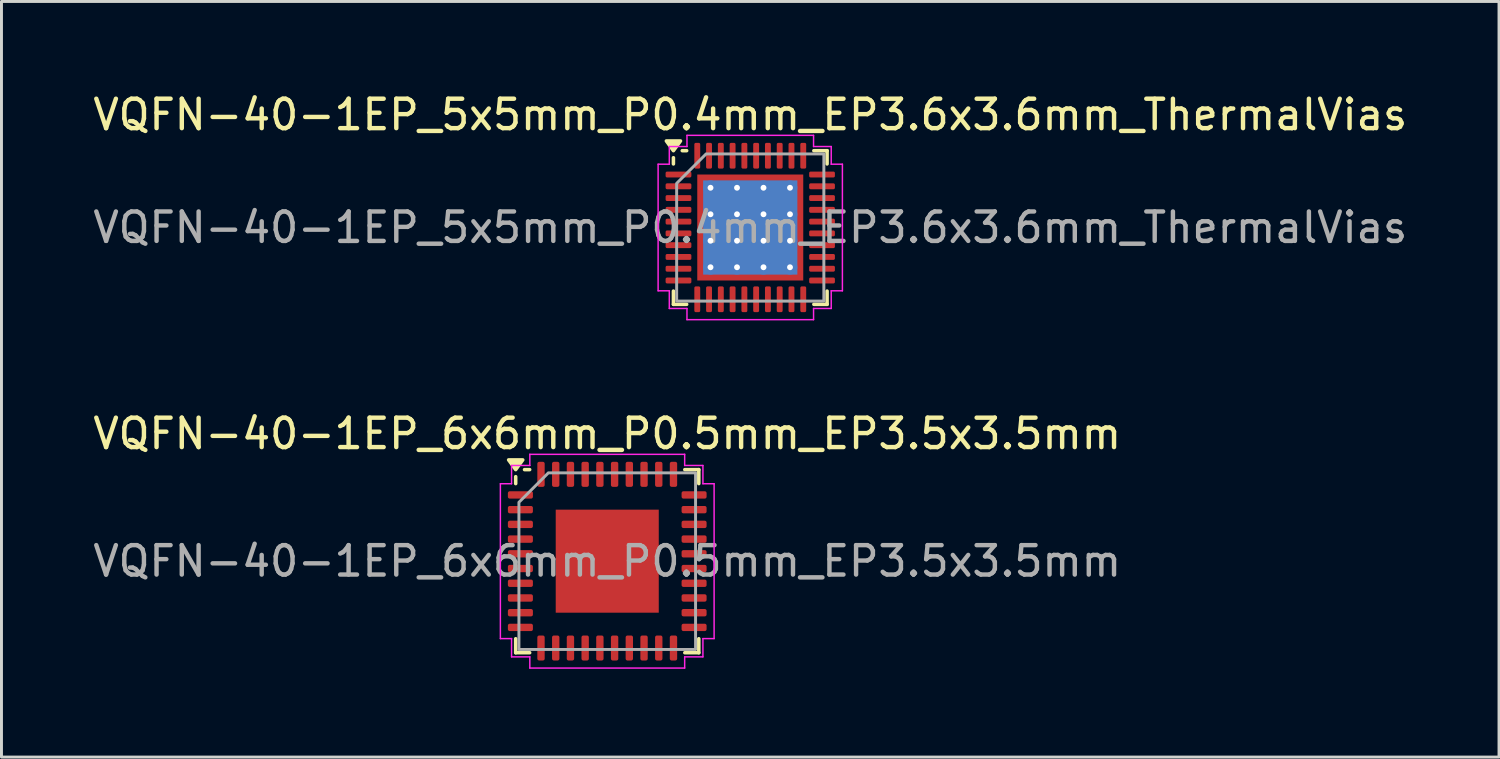
<source format=kicad_pcb>
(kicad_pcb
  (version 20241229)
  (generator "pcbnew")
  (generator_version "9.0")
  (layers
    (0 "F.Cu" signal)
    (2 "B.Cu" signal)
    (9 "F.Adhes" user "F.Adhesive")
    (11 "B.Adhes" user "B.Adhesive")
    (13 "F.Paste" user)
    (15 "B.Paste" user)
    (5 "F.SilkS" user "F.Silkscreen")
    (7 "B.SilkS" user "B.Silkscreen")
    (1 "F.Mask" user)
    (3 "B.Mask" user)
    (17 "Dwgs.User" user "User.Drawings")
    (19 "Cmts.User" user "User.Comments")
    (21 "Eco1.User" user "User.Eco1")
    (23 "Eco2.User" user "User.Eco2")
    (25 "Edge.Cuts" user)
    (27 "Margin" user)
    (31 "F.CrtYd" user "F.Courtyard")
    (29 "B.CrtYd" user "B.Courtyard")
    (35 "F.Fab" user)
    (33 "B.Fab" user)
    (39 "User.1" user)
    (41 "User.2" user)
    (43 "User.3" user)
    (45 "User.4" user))
  (footprint "VQFN-40-1EP_6x6mm_P0.5mm_EP3.5x3.5mm"
    (layer "F.Cu")
    (at 17.577 16.012)
    (property "Reference" "VQFN-40-1EP_6x6mm_P0.5mm_EP3.5x3.5mm" (at 0 -4.33 0) (layer "F.SilkS") (effects (font (size 1 1) (thickness 0.15))))
    (attr smd)
    (fp_line (start -3.11 -2.635) (end -3.11 -2.87) (stroke (width 0.12) (type solid)) (layer "F.SilkS"))
    (fp_line (start -3.11 3.11) (end -3.11 2.635) (stroke (width 0.12) (type solid)) (layer "F.SilkS"))
    (fp_line (start -2.635 -3.11) (end -2.81 -3.11) (stroke (width 0.12) (type solid)) (layer "F.SilkS"))
    (fp_line (start -2.635 3.11) (end -3.11 3.11) (stroke (width 0.12) (type solid)) (layer "F.SilkS"))
    (fp_line (start 2.635 -3.11) (end 3.11 -3.11) (stroke (width 0.12) (type solid)) (layer "F.SilkS"))
    (fp_line (start 2.635 3.11) (end 3.11 3.11) (stroke (width 0.12) (type solid)) (layer "F.SilkS"))
    (fp_line (start 3.11 -3.11) (end 3.11 -2.635) (stroke (width 0.12) (type solid)) (layer "F.SilkS"))
    (fp_line (start 3.11 3.11) (end 3.11 2.635) (stroke (width 0.12) (type solid)) (layer "F.SilkS"))
    (fp_poly (pts (xy -3.11 -3.11) (xy -3.35 -3.44) (xy -2.87 -3.44)) (stroke (width 0.12) (type solid)) (fill yes) (layer "F.SilkS"))
    (fp_line (start -3.63 -2.63) (end -3.25 -2.63) (stroke (width 0.05) (type solid)) (layer "F.CrtYd"))
    (fp_line (start -3.63 2.63) (end -3.63 -2.63) (stroke (width 0.05) (type solid)) (layer "F.CrtYd"))
    (fp_line (start -3.25 -3.25) (end -2.63 -3.25) (stroke (width 0.05) (type solid)) (layer "F.CrtYd"))
    (fp_line (start -3.25 -2.63) (end -3.25 -3.25) (stroke (width 0.05) (type solid)) (layer "F.CrtYd"))
    (fp_line (start -3.25 2.63) (end -3.63 2.63) (stroke (width 0.05) (type solid)) (layer "F.CrtYd"))
    (fp_line (start -3.25 3.25) (end -3.25 2.63) (stroke (width 0.05) (type solid)) (layer "F.CrtYd"))
    (fp_line (start -2.63 -3.63) (end 2.63 -3.63) (stroke (width 0.05) (type solid)) (layer "F.CrtYd"))
    (fp_line (start -2.63 -3.25) (end -2.63 -3.63) (stroke (width 0.05) (type solid)) (layer "F.CrtYd"))
    (fp_line (start -2.63 3.25) (end -3.25 3.25) (stroke (width 0.05) (type solid)) (layer "F.CrtYd"))
    (fp_line (start -2.63 3.63) (end -2.63 3.25) (stroke (width 0.05) (type solid)) (layer "F.CrtYd"))
    (fp_line (start 2.63 -3.63) (end 2.63 -3.25) (stroke (width 0.05) (type solid)) (layer "F.CrtYd"))
    (fp_line (start 2.63 -3.25) (end 3.25 -3.25) (stroke (width 0.05) (type solid)) (layer "F.CrtYd"))
    (fp_line (start 2.63 3.25) (end 2.63 3.63) (stroke (width 0.05) (type solid)) (layer "F.CrtYd"))
    (fp_line (start 2.63 3.63) (end -2.63 3.63) (stroke (width 0.05) (type solid)) (layer "F.CrtYd"))
    (fp_line (start 3.25 -3.25) (end 3.25 -2.63) (stroke (width 0.05) (type solid)) (layer "F.CrtYd"))
    (fp_line (start 3.25 -2.63) (end 3.63 -2.63) (stroke (width 0.05) (type solid)) (layer "F.CrtYd"))
    (fp_line (start 3.25 2.63) (end 3.25 3.25) (stroke (width 0.05) (type solid)) (layer "F.CrtYd"))
    (fp_line (start 3.25 3.25) (end 2.63 3.25) (stroke (width 0.05) (type solid)) (layer "F.CrtYd"))
    (fp_line (start 3.63 -2.63) (end 3.63 2.63) (stroke (width 0.05) (type solid)) (layer "F.CrtYd"))
    (fp_line (start 3.63 2.63) (end 3.25 2.63) (stroke (width 0.05) (type solid)) (layer "F.CrtYd"))
    (fp_poly (pts (xy -3 -2) (xy -3 3) (xy 3 3) (xy 3 -3) (xy -2 -3)) (stroke (width 0.1) (type solid)) (fill no) (layer "F.Fab"))
    (fp_text user "${REFERENCE}" (at 0 0 0) (layer "F.Fab") (effects (font (size 1 1) (thickness 0.15))))
    (pad "" smd roundrect (at -1.17 -1.17) (size 0.94 0.94) (layers "F.Paste") (roundrect_rratio 0.25))
    (pad "" smd roundrect (at -1.17 0) (size 0.94 0.94) (layers "F.Paste") (roundrect_rratio 0.25))
    (pad "" smd roundrect (at -1.17 1.17) (size 0.94 0.94) (layers "F.Paste") (roundrect_rratio 0.25))
    (pad "" smd roundrect (at 0 -1.17) (size 0.94 0.94) (layers "F.Paste") (roundrect_rratio 0.25))
    (pad "" smd roundrect (at 0 0) (size 0.94 0.94) (layers "F.Paste") (roundrect_rratio 0.25))
    (pad "" smd roundrect (at 0 1.17) (size 0.94 0.94) (layers "F.Paste") (roundrect_rratio 0.25))
    (pad "" smd roundrect (at 1.17 -1.17) (size 0.94 0.94) (layers "F.Paste") (roundrect_rratio 0.25))
    (pad "" smd roundrect (at 1.17 0) (size 0.94 0.94) (layers "F.Paste") (roundrect_rratio 0.25))
    (pad "" smd roundrect (at 1.17 1.17) (size 0.94 0.94) (layers "F.Paste") (roundrect_rratio 0.25))
    (pad "1" smd roundrect (at -2.95 -2.25) (size 0.85 0.25) (layers "F.Cu" "F.Mask" "F.Paste") (roundrect_rratio 0.25))
    (pad "2" smd roundrect (at -2.95 -1.75) (size 0.85 0.25) (layers "F.Cu" "F.Mask" "F.Paste") (roundrect_rratio 0.25))
    (pad "3" smd roundrect (at -2.95 -1.25) (size 0.85 0.25) (layers "F.Cu" "F.Mask" "F.Paste") (roundrect_rratio 0.25))
    (pad "4" smd roundrect (at -2.95 -0.75) (size 0.85 0.25) (layers "F.Cu" "F.Mask" "F.Paste") (roundrect_rratio 0.25))
    (pad "5" smd roundrect (at -2.95 -0.25) (size 0.85 0.25) (layers "F.Cu" "F.Mask" "F.Paste") (roundrect_rratio 0.25))
    (pad "6" smd roundrect (at -2.95 0.25) (size 0.85 0.25) (layers "F.Cu" "F.Mask" "F.Paste") (roundrect_rratio 0.25))
    (pad "7" smd roundrect (at -2.95 0.75) (size 0.85 0.25) (layers "F.Cu" "F.Mask" "F.Paste") (roundrect_rratio 0.25))
    (pad "8" smd roundrect (at -2.95 1.25) (size 0.85 0.25) (layers "F.Cu" "F.Mask" "F.Paste") (roundrect_rratio 0.25))
    (pad "9" smd roundrect (at -2.95 1.75) (size 0.85 0.25) (layers "F.Cu" "F.Mask" "F.Paste") (roundrect_rratio 0.25))
    (pad "10" smd roundrect (at -2.95 2.25) (size 0.85 0.25) (layers "F.Cu" "F.Mask" "F.Paste") (roundrect_rratio 0.25))
    (pad "11" smd roundrect (at -2.25 2.95) (size 0.25 0.85) (layers "F.Cu" "F.Mask" "F.Paste") (roundrect_rratio 0.25))
    (pad "12" smd roundrect (at -1.75 2.95) (size 0.25 0.85) (layers "F.Cu" "F.Mask" "F.Paste") (roundrect_rratio 0.25))
    (pad "13" smd roundrect (at -1.25 2.95) (size 0.25 0.85) (layers "F.Cu" "F.Mask" "F.Paste") (roundrect_rratio 0.25))
    (pad "14" smd roundrect (at -0.75 2.95) (size 0.25 0.85) (layers "F.Cu" "F.Mask" "F.Paste") (roundrect_rratio 0.25))
    (pad "15" smd roundrect (at -0.25 2.95) (size 0.25 0.85) (layers "F.Cu" "F.Mask" "F.Paste") (roundrect_rratio 0.25))
    (pad "16" smd roundrect (at 0.25 2.95) (size 0.25 0.85) (layers "F.Cu" "F.Mask" "F.Paste") (roundrect_rratio 0.25))
    (pad "17" smd roundrect (at 0.75 2.95) (size 0.25 0.85) (layers "F.Cu" "F.Mask" "F.Paste") (roundrect_rratio 0.25))
    (pad "18" smd roundrect (at 1.25 2.95) (size 0.25 0.85) (layers "F.Cu" "F.Mask" "F.Paste") (roundrect_rratio 0.25))
    (pad "19" smd roundrect (at 1.75 2.95) (size 0.25 0.85) (layers "F.Cu" "F.Mask" "F.Paste") (roundrect_rratio 0.25))
    (pad "20" smd roundrect (at 2.25 2.95) (size 0.25 0.85) (layers "F.Cu" "F.Mask" "F.Paste") (roundrect_rratio 0.25))
    (pad "21" smd roundrect (at 2.95 2.25) (size 0.85 0.25) (layers "F.Cu" "F.Mask" "F.Paste") (roundrect_rratio 0.25))
    (pad "22" smd roundrect (at 2.95 1.75) (size 0.85 0.25) (layers "F.Cu" "F.Mask" "F.Paste") (roundrect_rratio 0.25))
    (pad "23" smd roundrect (at 2.95 1.25) (size 0.85 0.25) (layers "F.Cu" "F.Mask" "F.Paste") (roundrect_rratio 0.25))
    (pad "24" smd roundrect (at 2.95 0.75) (size 0.85 0.25) (layers "F.Cu" "F.Mask" "F.Paste") (roundrect_rratio 0.25))
    (pad "25" smd roundrect (at 2.95 0.25) (size 0.85 0.25) (layers "F.Cu" "F.Mask" "F.Paste") (roundrect_rratio 0.25))
    (pad "26" smd roundrect (at 2.95 -0.25) (size 0.85 0.25) (layers "F.Cu" "F.Mask" "F.Paste") (roundrect_rratio 0.25))
    (pad "27" smd roundrect (at 2.95 -0.75) (size 0.85 0.25) (layers "F.Cu" "F.Mask" "F.Paste") (roundrect_rratio 0.25))
    (pad "28" smd roundrect (at 2.95 -1.25) (size 0.85 0.25) (layers "F.Cu" "F.Mask" "F.Paste") (roundrect_rratio 0.25))
    (pad "29" smd roundrect (at 2.95 -1.75) (size 0.85 0.25) (layers "F.Cu" "F.Mask" "F.Paste") (roundrect_rratio 0.25))
    (pad "30" smd roundrect (at 2.95 -2.25) (size 0.85 0.25) (layers "F.Cu" "F.Mask" "F.Paste") (roundrect_rratio 0.25))
    (pad "31" smd roundrect (at 2.25 -2.95) (size 0.25 0.85) (layers "F.Cu" "F.Mask" "F.Paste") (roundrect_rratio 0.25))
    (pad "32" smd roundrect (at 1.75 -2.95) (size 0.25 0.85) (layers "F.Cu" "F.Mask" "F.Paste") (roundrect_rratio 0.25))
    (pad "33" smd roundrect (at 1.25 -2.95) (size 0.25 0.85) (layers "F.Cu" "F.Mask" "F.Paste") (roundrect_rratio 0.25))
    (pad "34" smd roundrect (at 0.75 -2.95) (size 0.25 0.85) (layers "F.Cu" "F.Mask" "F.Paste") (roundrect_rratio 0.25))
    (pad "35" smd roundrect (at 0.25 -2.95) (size 0.25 0.85) (layers "F.Cu" "F.Mask" "F.Paste") (roundrect_rratio 0.25))
    (pad "36" smd roundrect (at -0.25 -2.95) (size 0.25 0.85) (layers "F.Cu" "F.Mask" "F.Paste") (roundrect_rratio 0.25))
    (pad "37" smd roundrect (at -0.75 -2.95) (size 0.25 0.85) (layers "F.Cu" "F.Mask" "F.Paste") (roundrect_rratio 0.25))
    (pad "38" smd roundrect (at -1.25 -2.95) (size 0.25 0.85) (layers "F.Cu" "F.Mask" "F.Paste") (roundrect_rratio 0.25))
    (pad "39" smd roundrect (at -1.75 -2.95) (size 0.25 0.85) (layers "F.Cu" "F.Mask" "F.Paste") (roundrect_rratio 0.25))
    (pad "40" smd roundrect (at -2.25 -2.95) (size 0.25 0.85) (layers "F.Cu" "F.Mask" "F.Paste") (roundrect_rratio 0.25))
    (pad "41" smd rect (at 0 0) (size 3.5 3.5) (property pad_prop_heatsink) (layers "F.Cu" "F.Mask")))
  (footprint "VQFN-40-1EP_5x5mm_P0.4mm_EP3.6x3.6mm_ThermalVias"
    (layer "F.Cu")
    (at 22.435 4.678)
    (property "Reference" "VQFN-40-1EP_5x5mm_P0.4mm_EP3.6x3.6mm_ThermalVias" (at 0 -3.83 0) (layer "F.SilkS") (effects (font (size 1 1) (thickness 0.15))))
    (attr smd)
    (fp_line (start -2.61 -2.16) (end -2.61 -2.37) (stroke (width 0.12) (type solid)) (layer "F.SilkS"))
    (fp_line (start -2.61 2.61) (end -2.61 2.16) (stroke (width 0.12) (type solid)) (layer "F.SilkS"))
    (fp_line (start -2.16 -2.61) (end -2.31 -2.61) (stroke (width 0.12) (type solid)) (layer "F.SilkS"))
    (fp_line (start -2.16 2.61) (end -2.61 2.61) (stroke (width 0.12) (type solid)) (layer "F.SilkS"))
    (fp_line (start 2.16 -2.61) (end 2.61 -2.61) (stroke (width 0.12) (type solid)) (layer "F.SilkS"))
    (fp_line (start 2.16 2.61) (end 2.61 2.61) (stroke (width 0.12) (type solid)) (layer "F.SilkS"))
    (fp_line (start 2.61 -2.61) (end 2.61 -2.16) (stroke (width 0.12) (type solid)) (layer "F.SilkS"))
    (fp_line (start 2.61 2.61) (end 2.61 2.16) (stroke (width 0.12) (type solid)) (layer "F.SilkS"))
    (fp_poly (pts (xy -2.61 -2.61) (xy -2.85 -2.94) (xy -2.37 -2.94)) (stroke (width 0.12) (type solid)) (fill yes) (layer "F.SilkS"))
    (fp_line (start -3.13 -2.15) (end -2.75 -2.15) (stroke (width 0.05) (type solid)) (layer "F.CrtYd"))
    (fp_line (start -3.13 2.15) (end -3.13 -2.15) (stroke (width 0.05) (type solid)) (layer "F.CrtYd"))
    (fp_line (start -2.75 -2.75) (end -2.15 -2.75) (stroke (width 0.05) (type solid)) (layer "F.CrtYd"))
    (fp_line (start -2.75 -2.15) (end -2.75 -2.75) (stroke (width 0.05) (type solid)) (layer "F.CrtYd"))
    (fp_line (start -2.75 2.15) (end -3.13 2.15) (stroke (width 0.05) (type solid)) (layer "F.CrtYd"))
    (fp_line (start -2.75 2.75) (end -2.75 2.15) (stroke (width 0.05) (type solid)) (layer "F.CrtYd"))
    (fp_line (start -2.15 -3.13) (end 2.15 -3.13) (stroke (width 0.05) (type solid)) (layer "F.CrtYd"))
    (fp_line (start -2.15 -2.75) (end -2.15 -3.13) (stroke (width 0.05) (type solid)) (layer "F.CrtYd"))
    (fp_line (start -2.15 2.75) (end -2.75 2.75) (stroke (width 0.05) (type solid)) (layer "F.CrtYd"))
    (fp_line (start -2.15 3.13) (end -2.15 2.75) (stroke (width 0.05) (type solid)) (layer "F.CrtYd"))
    (fp_line (start 2.15 -3.13) (end 2.15 -2.75) (stroke (width 0.05) (type solid)) (layer "F.CrtYd"))
    (fp_line (start 2.15 -2.75) (end 2.75 -2.75) (stroke (width 0.05) (type solid)) (layer "F.CrtYd"))
    (fp_line (start 2.15 2.75) (end 2.15 3.13) (stroke (width 0.05) (type solid)) (layer "F.CrtYd"))
    (fp_line (start 2.15 3.13) (end -2.15 3.13) (stroke (width 0.05) (type solid)) (layer "F.CrtYd"))
    (fp_line (start 2.75 -2.75) (end 2.75 -2.15) (stroke (width 0.05) (type solid)) (layer "F.CrtYd"))
    (fp_line (start 2.75 -2.15) (end 3.13 -2.15) (stroke (width 0.05) (type solid)) (layer "F.CrtYd"))
    (fp_line (start 2.75 2.15) (end 2.75 2.75) (stroke (width 0.05) (type solid)) (layer "F.CrtYd"))
    (fp_line (start 2.75 2.75) (end 2.15 2.75) (stroke (width 0.05) (type solid)) (layer "F.CrtYd"))
    (fp_line (start 3.13 -2.15) (end 3.13 2.15) (stroke (width 0.05) (type solid)) (layer "F.CrtYd"))
    (fp_line (start 3.13 2.15) (end 2.75 2.15) (stroke (width 0.05) (type solid)) (layer "F.CrtYd"))
    (fp_poly (pts (xy -2.5 -1.5) (xy -2.5 2.5) (xy 2.5 2.5) (xy 2.5 -2.5) (xy -1.5 -2.5)) (stroke (width 0.1) (type solid)) (fill no) (layer "F.Fab"))
    (fp_text user "${REFERENCE}" (at 0 0 0) (layer "F.Fab") (effects (font (size 1 1) (thickness 0.15))))
    (pad "" smd roundrect (at -0.9 -0.9) (size 1.56 1.56) (layers "F.Paste") (roundrect_rratio 0.16))
    (pad "" smd roundrect (at -0.9 0.9) (size 1.56 1.56) (layers "F.Paste") (roundrect_rratio 0.16))
    (pad "" smd roundrect (at 0.9 -0.9) (size 1.56 1.56) (layers "F.Paste") (roundrect_rratio 0.16))
    (pad "" smd roundrect (at 0.9 0.9) (size 1.56 1.56) (layers "F.Paste") (roundrect_rratio 0.16))
    (pad "1" smd roundrect (at -2.438 -1.8) (size 0.875 0.2) (layers "F.Cu" "F.Mask" "F.Paste") (roundrect_rratio 0.25))
    (pad "2" smd roundrect (at -2.438 -1.4) (size 0.875 0.2) (layers "F.Cu" "F.Mask" "F.Paste") (roundrect_rratio 0.25))
    (pad "3" smd roundrect (at -2.438 -1) (size 0.875 0.2) (layers "F.Cu" "F.Mask" "F.Paste") (roundrect_rratio 0.25))
    (pad "4" smd roundrect (at -2.438 -0.6) (size 0.875 0.2) (layers "F.Cu" "F.Mask" "F.Paste") (roundrect_rratio 0.25))
    (pad "5" smd roundrect (at -2.438 -0.2) (size 0.875 0.2) (layers "F.Cu" "F.Mask" "F.Paste") (roundrect_rratio 0.25))
    (pad "6" smd roundrect (at -2.438 0.2) (size 0.875 0.2) (layers "F.Cu" "F.Mask" "F.Paste") (roundrect_rratio 0.25))
    (pad "7" smd roundrect (at -2.438 0.6) (size 0.875 0.2) (layers "F.Cu" "F.Mask" "F.Paste") (roundrect_rratio 0.25))
    (pad "8" smd roundrect (at -2.438 1) (size 0.875 0.2) (layers "F.Cu" "F.Mask" "F.Paste") (roundrect_rratio 0.25))
    (pad "9" smd roundrect (at -2.438 1.4) (size 0.875 0.2) (layers "F.Cu" "F.Mask" "F.Paste") (roundrect_rratio 0.25))
    (pad "10" smd roundrect (at -2.438 1.8) (size 0.875 0.2) (layers "F.Cu" "F.Mask" "F.Paste") (roundrect_rratio 0.25))
    (pad "11" smd roundrect (at -1.8 2.438) (size 0.2 0.875) (layers "F.Cu" "F.Mask" "F.Paste") (roundrect_rratio 0.25))
    (pad "12" smd roundrect (at -1.4 2.438) (size 0.2 0.875) (layers "F.Cu" "F.Mask" "F.Paste") (roundrect_rratio 0.25))
    (pad "13" smd roundrect (at -1 2.438) (size 0.2 0.875) (layers "F.Cu" "F.Mask" "F.Paste") (roundrect_rratio 0.25))
    (pad "14" smd roundrect (at -0.6 2.438) (size 0.2 0.875) (layers "F.Cu" "F.Mask" "F.Paste") (roundrect_rratio 0.25))
    (pad "15" smd roundrect (at -0.2 2.438) (size 0.2 0.875) (layers "F.Cu" "F.Mask" "F.Paste") (roundrect_rratio 0.25))
    (pad "16" smd roundrect (at 0.2 2.438) (size 0.2 0.875) (layers "F.Cu" "F.Mask" "F.Paste") (roundrect_rratio 0.25))
    (pad "17" smd roundrect (at 0.6 2.438) (size 0.2 0.875) (layers "F.Cu" "F.Mask" "F.Paste") (roundrect_rratio 0.25))
    (pad "18" smd roundrect (at 1 2.438) (size 0.2 0.875) (layers "F.Cu" "F.Mask" "F.Paste") (roundrect_rratio 0.25))
    (pad "19" smd roundrect (at 1.4 2.438) (size 0.2 0.875) (layers "F.Cu" "F.Mask" "F.Paste") (roundrect_rratio 0.25))
    (pad "20" smd roundrect (at 1.8 2.438) (size 0.2 0.875) (layers "F.Cu" "F.Mask" "F.Paste") (roundrect_rratio 0.25))
    (pad "21" smd roundrect (at 2.438 1.8) (size 0.875 0.2) (layers "F.Cu" "F.Mask" "F.Paste") (roundrect_rratio 0.25))
    (pad "22" smd roundrect (at 2.438 1.4) (size 0.875 0.2) (layers "F.Cu" "F.Mask" "F.Paste") (roundrect_rratio 0.25))
    (pad "23" smd roundrect (at 2.438 1) (size 0.875 0.2) (layers "F.Cu" "F.Mask" "F.Paste") (roundrect_rratio 0.25))
    (pad "24" smd roundrect (at 2.438 0.6) (size 0.875 0.2) (layers "F.Cu" "F.Mask" "F.Paste") (roundrect_rratio 0.25))
    (pad "25" smd roundrect (at 2.438 0.2) (size 0.875 0.2) (layers "F.Cu" "F.Mask" "F.Paste") (roundrect_rratio 0.25))
    (pad "26" smd roundrect (at 2.438 -0.2) (size 0.875 0.2) (layers "F.Cu" "F.Mask" "F.Paste") (roundrect_rratio 0.25))
    (pad "27" smd roundrect (at 2.438 -0.6) (size 0.875 0.2) (layers "F.Cu" "F.Mask" "F.Paste") (roundrect_rratio 0.25))
    (pad "28" smd roundrect (at 2.438 -1) (size 0.875 0.2) (layers "F.Cu" "F.Mask" "F.Paste") (roundrect_rratio 0.25))
    (pad "29" smd roundrect (at 2.438 -1.4) (size 0.875 0.2) (layers "F.Cu" "F.Mask" "F.Paste") (roundrect_rratio 0.25))
    (pad "30" smd roundrect (at 2.438 -1.8) (size 0.875 0.2) (layers "F.Cu" "F.Mask" "F.Paste") (roundrect_rratio 0.25))
    (pad "31" smd roundrect (at 1.8 -2.438) (size 0.2 0.875) (layers "F.Cu" "F.Mask" "F.Paste") (roundrect_rratio 0.25))
    (pad "32" smd roundrect (at 1.4 -2.438) (size 0.2 0.875) (layers "F.Cu" "F.Mask" "F.Paste") (roundrect_rratio 0.25))
    (pad "33" smd roundrect (at 1 -2.438) (size 0.2 0.875) (layers "F.Cu" "F.Mask" "F.Paste") (roundrect_rratio 0.25))
    (pad "34" smd roundrect (at 0.6 -2.438) (size 0.2 0.875) (layers "F.Cu" "F.Mask" "F.Paste") (roundrect_rratio 0.25))
    (pad "35" smd roundrect (at 0.2 -2.438) (size 0.2 0.875) (layers "F.Cu" "F.Mask" "F.Paste") (roundrect_rratio 0.25))
    (pad "36" smd roundrect (at -0.2 -2.438) (size 0.2 0.875) (layers "F.Cu" "F.Mask" "F.Paste") (roundrect_rratio 0.25))
    (pad "37" smd roundrect (at -0.6 -2.438) (size 0.2 0.875) (layers "F.Cu" "F.Mask" "F.Paste") (roundrect_rratio 0.25))
    (pad "38" smd roundrect (at -1 -2.438) (size 0.2 0.875) (layers "F.Cu" "F.Mask" "F.Paste") (roundrect_rratio 0.25))
    (pad "39" smd roundrect (at -1.4 -2.438) (size 0.2 0.875) (layers "F.Cu" "F.Mask" "F.Paste") (roundrect_rratio 0.25))
    (pad "40" smd roundrect (at -1.8 -2.438) (size 0.2 0.875) (layers "F.Cu" "F.Mask" "F.Paste") (roundrect_rratio 0.25))
    (pad "41" thru_hole circle (at -1.35 -1.35) (size 0.5 0.5) (drill 0.2) (property pad_prop_heatsink) (layers "*.Cu"))
    (pad "41" thru_hole circle (at -1.35 -0.45) (size 0.5 0.5) (drill 0.2) (property pad_prop_heatsink) (layers "*.Cu"))
    (pad "41" thru_hole circle (at -1.35 0.45) (size 0.5 0.5) (drill 0.2) (property pad_prop_heatsink) (layers "*.Cu"))
    (pad "41" thru_hole circle (at -1.35 1.35) (size 0.5 0.5) (drill 0.2) (property pad_prop_heatsink) (layers "*.Cu"))
    (pad "41" thru_hole circle (at -0.45 -1.35) (size 0.5 0.5) (drill 0.2) (property pad_prop_heatsink) (layers "*.Cu"))
    (pad "41" thru_hole circle (at -0.45 -0.45) (size 0.5 0.5) (drill 0.2) (property pad_prop_heatsink) (layers "*.Cu"))
    (pad "41" thru_hole circle (at -0.45 0.45) (size 0.5 0.5) (drill 0.2) (property pad_prop_heatsink) (layers "*.Cu"))
    (pad "41" thru_hole circle (at -0.45 1.35) (size 0.5 0.5) (drill 0.2) (property pad_prop_heatsink) (layers "*.Cu"))
    (pad "41" smd rect (at 0 0) (size 3.2 3.2) (property pad_prop_heatsink) (layers "B.Cu"))
    (pad "41" smd rect (at 0 0) (size 3.6 3.6) (property pad_prop_heatsink) (layers "F.Cu" "F.Mask"))
    (pad "41" thru_hole circle (at 0.45 -1.35) (size 0.5 0.5) (drill 0.2) (property pad_prop_heatsink) (layers "*.Cu"))
    (pad "41" thru_hole circle (at 0.45 -0.45) (size 0.5 0.5) (drill 0.2) (property pad_prop_heatsink) (layers "*.Cu"))
    (pad "41" thru_hole circle (at 0.45 0.45) (size 0.5 0.5) (drill 0.2) (property pad_prop_heatsink) (layers "*.Cu"))
    (pad "41" thru_hole circle (at 0.45 1.35) (size 0.5 0.5) (drill 0.2) (property pad_prop_heatsink) (layers "*.Cu"))
    (pad "41" thru_hole circle (at 1.35 -1.35) (size 0.5 0.5) (drill 0.2) (property pad_prop_heatsink) (layers "*.Cu"))
    (pad "41" thru_hole circle (at 1.35 -0.45) (size 0.5 0.5) (drill 0.2) (property pad_prop_heatsink) (layers "*.Cu"))
    (pad "41" thru_hole circle (at 1.35 0.45) (size 0.5 0.5) (drill 0.2) (property pad_prop_heatsink) (layers "*.Cu"))
    (pad "41" thru_hole circle (at 1.35 1.35) (size 0.5 0.5) (drill 0.2) (property pad_prop_heatsink) (layers "*.Cu")))
  (gr_rect
    (start -3 -3)
    (end 47.869 22.666)
    (stroke (width 0.1) (type default))
    (fill no)
    (layer "Edge.Cuts")))
</source>
